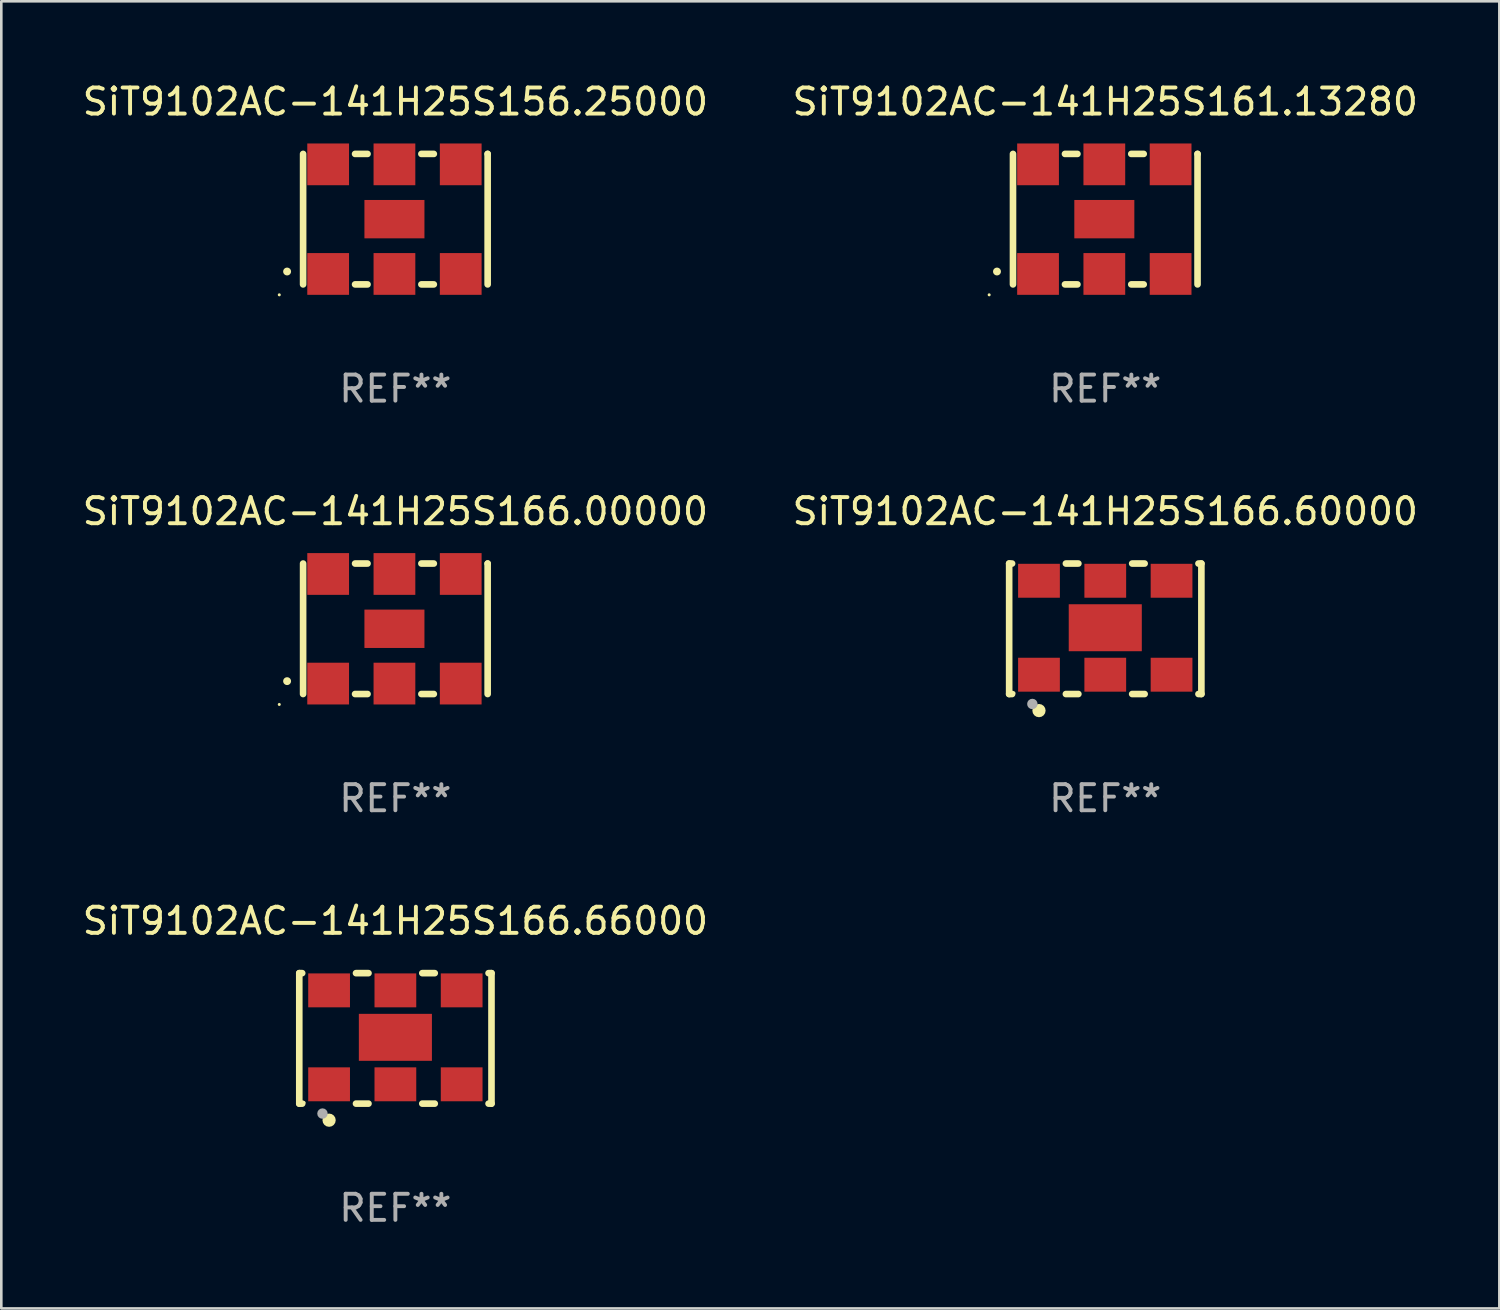
<source format=kicad_pcb>
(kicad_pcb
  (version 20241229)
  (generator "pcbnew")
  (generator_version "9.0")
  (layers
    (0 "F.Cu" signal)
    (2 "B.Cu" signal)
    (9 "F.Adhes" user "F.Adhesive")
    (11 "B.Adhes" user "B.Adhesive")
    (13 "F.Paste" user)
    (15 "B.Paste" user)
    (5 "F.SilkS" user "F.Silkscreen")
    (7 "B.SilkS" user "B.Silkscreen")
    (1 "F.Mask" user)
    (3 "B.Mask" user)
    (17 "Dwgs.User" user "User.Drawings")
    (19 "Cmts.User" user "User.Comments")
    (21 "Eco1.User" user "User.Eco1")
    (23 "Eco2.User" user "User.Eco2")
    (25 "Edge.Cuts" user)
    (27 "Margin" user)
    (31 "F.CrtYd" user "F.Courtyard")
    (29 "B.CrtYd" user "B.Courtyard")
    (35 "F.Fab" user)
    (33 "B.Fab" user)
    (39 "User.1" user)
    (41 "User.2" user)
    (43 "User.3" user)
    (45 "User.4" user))
  (footprint "SiT9102AC-141H25S166.00000"
    (layer "F.Cu")
    (at 12.101 21.045)
    (property "Reference" "SiT9102AC-141H25S166.00000" (at 0 -4.5 0) (layer "F.SilkS") (effects (font (size 1 1) (thickness 0.15))))
    (attr through_hole)
    (fp_line (start -3.536 -2.5) (end -3.536 2.5) (stroke (width 0.254) (type solid)) (layer "F.SilkS"))
    (fp_line (start -1.544 2.5) (end -1.067 2.5) (stroke (width 0.254) (type solid)) (layer "F.SilkS"))
    (fp_line (start -1.067 -2.5) (end -1.544 -2.5) (stroke (width 0.254) (type solid)) (layer "F.SilkS"))
    (fp_line (start 0.996 2.5) (end 1.473 2.5) (stroke (width 0.254) (type solid)) (layer "F.SilkS"))
    (fp_line (start 1.473 -2.5) (end 0.996 -2.5) (stroke (width 0.254) (type solid)) (layer "F.SilkS"))
    (fp_line (start 3.536 -2.5) (end 3.536 -2.5) (stroke (width 0.254) (type solid)) (layer "F.SilkS"))
    (fp_line (start 3.536 2.5) (end 3.536 -2.5) (stroke (width 0.254) (type solid)) (layer "F.SilkS"))
    (fp_arc (start -4.150432 2.006604) (mid -4.149162 2.006599) (end -4.147892 2.006604) (stroke (width 0.3) (type solid)) (layer "F.SilkS"))
    (fp_circle (center -4.449 2.9) (end -4.419 2.9) (stroke (width 0.06) (type solid)) (fill no) (layer "F.SilkS"))
    (fp_text user "REF**" (at 0 6.5 0) (layer "F.Fab") (effects (font (size 1 1) (thickness 0.15))))
    (pad "1" smd rect (at -2.576 2.1) (size 1.6 1.6) (layers "F.Cu" "F.Mask" "F.Paste"))
    (pad "2" smd rect (at -0.036 2.1) (size 1.6 1.6) (layers "F.Cu" "F.Mask" "F.Paste"))
    (pad "3" smd rect (at 2.504 2.1) (size 1.6 1.6) (layers "F.Cu" "F.Mask" "F.Paste"))
    (pad "4" smd rect (at 2.504 -2.1) (size 1.6 1.6) (layers "F.Cu" "F.Mask" "F.Paste"))
    (pad "5" smd rect (at -0.036 -2.1) (size 1.6 1.6) (layers "F.Cu" "F.Mask" "F.Paste"))
    (pad "6" smd rect (at -2.576 -2.1) (size 1.6 1.6) (layers "F.Cu" "F.Mask" "F.Paste"))
    (pad "7" smd rect (at -0.036 0) (size 2.3 1.47) (layers "F.Cu" "F.Mask" "F.Paste")))
  (footprint "SiT9102AC-141H25S166.60000"
    (layer "F.Cu")
    (at 39.304 21.045)
    (property "Reference" "SiT9102AC-141H25S166.60000" (at 0 -4.5 0) (layer "F.SilkS") (effects (font (size 1 1) (thickness 0.15))))
    (attr through_hole)
    (fp_line (start -3.683 -2.5) (end -3.571 -2.5) (stroke (width 0.254) (type solid)) (layer "F.SilkS"))
    (fp_line (start -3.683 2.5) (end -3.683 -2.5) (stroke (width 0.254) (type solid)) (layer "F.SilkS"))
    (fp_line (start -3.683 2.5) (end -3.571 2.5) (stroke (width 0.254) (type solid)) (layer "F.SilkS"))
    (fp_line (start -1.509 -2.5) (end -1.031 -2.5) (stroke (width 0.254) (type solid)) (layer "F.SilkS"))
    (fp_line (start -1.509 2.5) (end -1.031 2.5) (stroke (width 0.254) (type solid)) (layer "F.SilkS"))
    (fp_line (start 1.031 -2.5) (end 1.509 -2.5) (stroke (width 0.254) (type solid)) (layer "F.SilkS"))
    (fp_line (start 1.031 2.5) (end 1.509 2.5) (stroke (width 0.254) (type solid)) (layer "F.SilkS"))
    (fp_line (start 3.571 -2.5) (end 3.683 -2.5) (stroke (width 0.254) (type solid)) (layer "F.SilkS"))
    (fp_line (start 3.571 2.5) (end 3.683 2.5) (stroke (width 0.254) (type solid)) (layer "F.SilkS"))
    (fp_line (start 3.683 2.5) (end 3.683 -2.5) (stroke (width 0.254) (type solid)) (layer "F.SilkS"))
    (fp_circle (center -3.5 2.46) (end -3.47 2.46) (stroke (width 0.06) (type solid)) (fill no) (layer "F.SilkS"))
    (fp_circle (center -2.54 3.135) (end -2.413 3.135) (stroke (width 0.254) (type solid)) (fill no) (layer "F.SilkS"))
    (fp_circle (center -2.794 2.881) (end -2.694 2.881) (stroke (width 0.2) (type solid)) (fill no) (layer "F.Fab"))
    (fp_text user "REF**" (at 0 6.5 0) (layer "F.Fab") (effects (font (size 1 1) (thickness 0.15))))
    (pad "1" smd rect (at -2.54 1.76) (size 1.6 1.3) (layers "F.Cu" "F.Mask" "F.Paste"))
    (pad "2" smd rect (at 0 1.76) (size 1.6 1.3) (layers "F.Cu" "F.Mask" "F.Paste"))
    (pad "3" smd rect (at 2.54 1.76) (size 1.6 1.3) (layers "F.Cu" "F.Mask" "F.Paste"))
    (pad "4" smd rect (at 2.54 -1.84) (size 1.6 1.3) (layers "F.Cu" "F.Mask" "F.Paste"))
    (pad "5" smd rect (at 0 -1.84) (size 1.6 1.3) (layers "F.Cu" "F.Mask" "F.Paste"))
    (pad "6" smd rect (at -2.54 -1.84) (size 1.6 1.3) (layers "F.Cu" "F.Mask" "F.Paste"))
    (pad "7" smd rect (at 0 -0.04) (size 2.8 1.8) (layers "F.Cu" "F.Mask" "F.Paste")))
  (footprint "SiT9102AC-141H25S161.13280"
    (layer "F.Cu")
    (at 39.304 5.348)
    (property "Reference" "SiT9102AC-141H25S161.13280" (at 0 -4.5 0) (layer "F.SilkS") (effects (font (size 1 1) (thickness 0.15))))
    (attr through_hole)
    (fp_line (start -3.536 -2.5) (end -3.536 2.5) (stroke (width 0.254) (type solid)) (layer "F.SilkS"))
    (fp_line (start -1.544 2.5) (end -1.067 2.5) (stroke (width 0.254) (type solid)) (layer "F.SilkS"))
    (fp_line (start -1.067 -2.5) (end -1.544 -2.5) (stroke (width 0.254) (type solid)) (layer "F.SilkS"))
    (fp_line (start 0.996 2.5) (end 1.473 2.5) (stroke (width 0.254) (type solid)) (layer "F.SilkS"))
    (fp_line (start 1.473 -2.5) (end 0.996 -2.5) (stroke (width 0.254) (type solid)) (layer "F.SilkS"))
    (fp_line (start 3.536 -2.5) (end 3.536 -2.5) (stroke (width 0.254) (type solid)) (layer "F.SilkS"))
    (fp_line (start 3.536 2.5) (end 3.536 -2.5) (stroke (width 0.254) (type solid)) (layer "F.SilkS"))
    (fp_arc (start -4.150432 2.006604) (mid -4.149162 2.006599) (end -4.147892 2.006604) (stroke (width 0.3) (type solid)) (layer "F.SilkS"))
    (fp_circle (center -4.449 2.9) (end -4.419 2.9) (stroke (width 0.06) (type solid)) (fill no) (layer "F.SilkS"))
    (fp_text user "REF**" (at 0 6.5 0) (layer "F.Fab") (effects (font (size 1 1) (thickness 0.15))))
    (pad "1" smd rect (at -2.576 2.1) (size 1.6 1.6) (layers "F.Cu" "F.Mask" "F.Paste"))
    (pad "2" smd rect (at -0.036 2.1) (size 1.6 1.6) (layers "F.Cu" "F.Mask" "F.Paste"))
    (pad "3" smd rect (at 2.504 2.1) (size 1.6 1.6) (layers "F.Cu" "F.Mask" "F.Paste"))
    (pad "4" smd rect (at 2.504 -2.1) (size 1.6 1.6) (layers "F.Cu" "F.Mask" "F.Paste"))
    (pad "5" smd rect (at -0.036 -2.1) (size 1.6 1.6) (layers "F.Cu" "F.Mask" "F.Paste"))
    (pad "6" smd rect (at -2.576 -2.1) (size 1.6 1.6) (layers "F.Cu" "F.Mask" "F.Paste"))
    (pad "7" smd rect (at -0.036 0) (size 2.3 1.47) (layers "F.Cu" "F.Mask" "F.Paste")))
  (footprint "SiT9102AC-141H25S156.25000"
    (layer "F.Cu")
    (at 12.101 5.348)
    (property "Reference" "SiT9102AC-141H25S156.25000" (at 0 -4.5 0) (layer "F.SilkS") (effects (font (size 1 1) (thickness 0.15))))
    (attr through_hole)
    (fp_line (start -3.536 -2.5) (end -3.536 2.5) (stroke (width 0.254) (type solid)) (layer "F.SilkS"))
    (fp_line (start -1.544 2.5) (end -1.067 2.5) (stroke (width 0.254) (type solid)) (layer "F.SilkS"))
    (fp_line (start -1.067 -2.5) (end -1.544 -2.5) (stroke (width 0.254) (type solid)) (layer "F.SilkS"))
    (fp_line (start 0.996 2.5) (end 1.473 2.5) (stroke (width 0.254) (type solid)) (layer "F.SilkS"))
    (fp_line (start 1.473 -2.5) (end 0.996 -2.5) (stroke (width 0.254) (type solid)) (layer "F.SilkS"))
    (fp_line (start 3.536 -2.5) (end 3.536 -2.5) (stroke (width 0.254) (type solid)) (layer "F.SilkS"))
    (fp_line (start 3.536 2.5) (end 3.536 -2.5) (stroke (width 0.254) (type solid)) (layer "F.SilkS"))
    (fp_arc (start -4.150432 2.006604) (mid -4.149162 2.006599) (end -4.147892 2.006604) (stroke (width 0.3) (type solid)) (layer "F.SilkS"))
    (fp_circle (center -4.449 2.9) (end -4.419 2.9) (stroke (width 0.06) (type solid)) (fill no) (layer "F.SilkS"))
    (fp_text user "REF**" (at 0 6.5 0) (layer "F.Fab") (effects (font (size 1 1) (thickness 0.15))))
    (pad "1" smd rect (at -2.576 2.1) (size 1.6 1.6) (layers "F.Cu" "F.Mask" "F.Paste"))
    (pad "2" smd rect (at -0.036 2.1) (size 1.6 1.6) (layers "F.Cu" "F.Mask" "F.Paste"))
    (pad "3" smd rect (at 2.504 2.1) (size 1.6 1.6) (layers "F.Cu" "F.Mask" "F.Paste"))
    (pad "4" smd rect (at 2.504 -2.1) (size 1.6 1.6) (layers "F.Cu" "F.Mask" "F.Paste"))
    (pad "5" smd rect (at -0.036 -2.1) (size 1.6 1.6) (layers "F.Cu" "F.Mask" "F.Paste"))
    (pad "6" smd rect (at -2.576 -2.1) (size 1.6 1.6) (layers "F.Cu" "F.Mask" "F.Paste"))
    (pad "7" smd rect (at -0.036 0) (size 2.3 1.47) (layers "F.Cu" "F.Mask" "F.Paste")))
  (footprint "SiT9102AC-141H25S166.66000"
    (layer "F.Cu")
    (at 12.101 36.741)
    (property "Reference" "SiT9102AC-141H25S166.66000" (at 0 -4.5 0) (layer "F.SilkS") (effects (font (size 1 1) (thickness 0.15))))
    (attr through_hole)
    (fp_line (start -3.683 -2.5) (end -3.571 -2.5) (stroke (width 0.254) (type solid)) (layer "F.SilkS"))
    (fp_line (start -3.683 2.5) (end -3.683 -2.5) (stroke (width 0.254) (type solid)) (layer "F.SilkS"))
    (fp_line (start -3.683 2.5) (end -3.571 2.5) (stroke (width 0.254) (type solid)) (layer "F.SilkS"))
    (fp_line (start -1.509 -2.5) (end -1.031 -2.5) (stroke (width 0.254) (type solid)) (layer "F.SilkS"))
    (fp_line (start -1.509 2.5) (end -1.031 2.5) (stroke (width 0.254) (type solid)) (layer "F.SilkS"))
    (fp_line (start 1.031 -2.5) (end 1.509 -2.5) (stroke (width 0.254) (type solid)) (layer "F.SilkS"))
    (fp_line (start 1.031 2.5) (end 1.509 2.5) (stroke (width 0.254) (type solid)) (layer "F.SilkS"))
    (fp_line (start 3.571 -2.5) (end 3.683 -2.5) (stroke (width 0.254) (type solid)) (layer "F.SilkS"))
    (fp_line (start 3.571 2.5) (end 3.683 2.5) (stroke (width 0.254) (type solid)) (layer "F.SilkS"))
    (fp_line (start 3.683 2.5) (end 3.683 -2.5) (stroke (width 0.254) (type solid)) (layer "F.SilkS"))
    (fp_circle (center -3.5 2.46) (end -3.47 2.46) (stroke (width 0.06) (type solid)) (fill no) (layer "F.SilkS"))
    (fp_circle (center -2.54 3.135) (end -2.413 3.135) (stroke (width 0.254) (type solid)) (fill no) (layer "F.SilkS"))
    (fp_circle (center -2.794 2.881) (end -2.694 2.881) (stroke (width 0.2) (type solid)) (fill no) (layer "F.Fab"))
    (fp_text user "REF**" (at 0 6.5 0) (layer "F.Fab") (effects (font (size 1 1) (thickness 0.15))))
    (pad "1" smd rect (at -2.54 1.76) (size 1.6 1.3) (layers "F.Cu" "F.Mask" "F.Paste"))
    (pad "2" smd rect (at 0 1.76) (size 1.6 1.3) (layers "F.Cu" "F.Mask" "F.Paste"))
    (pad "3" smd rect (at 2.54 1.76) (size 1.6 1.3) (layers "F.Cu" "F.Mask" "F.Paste"))
    (pad "4" smd rect (at 2.54 -1.84) (size 1.6 1.3) (layers "F.Cu" "F.Mask" "F.Paste"))
    (pad "5" smd rect (at 0 -1.84) (size 1.6 1.3) (layers "F.Cu" "F.Mask" "F.Paste"))
    (pad "6" smd rect (at -2.54 -1.84) (size 1.6 1.3) (layers "F.Cu" "F.Mask" "F.Paste"))
    (pad "7" smd rect (at 0 -0.04) (size 2.8 1.8) (layers "F.Cu" "F.Mask" "F.Paste")))
  (gr_rect
    (start -3 -3)
    (end 54.405 47.09)
    (stroke (width 0.1) (type default))
    (fill no)
    (layer "Edge.Cuts")))
</source>
